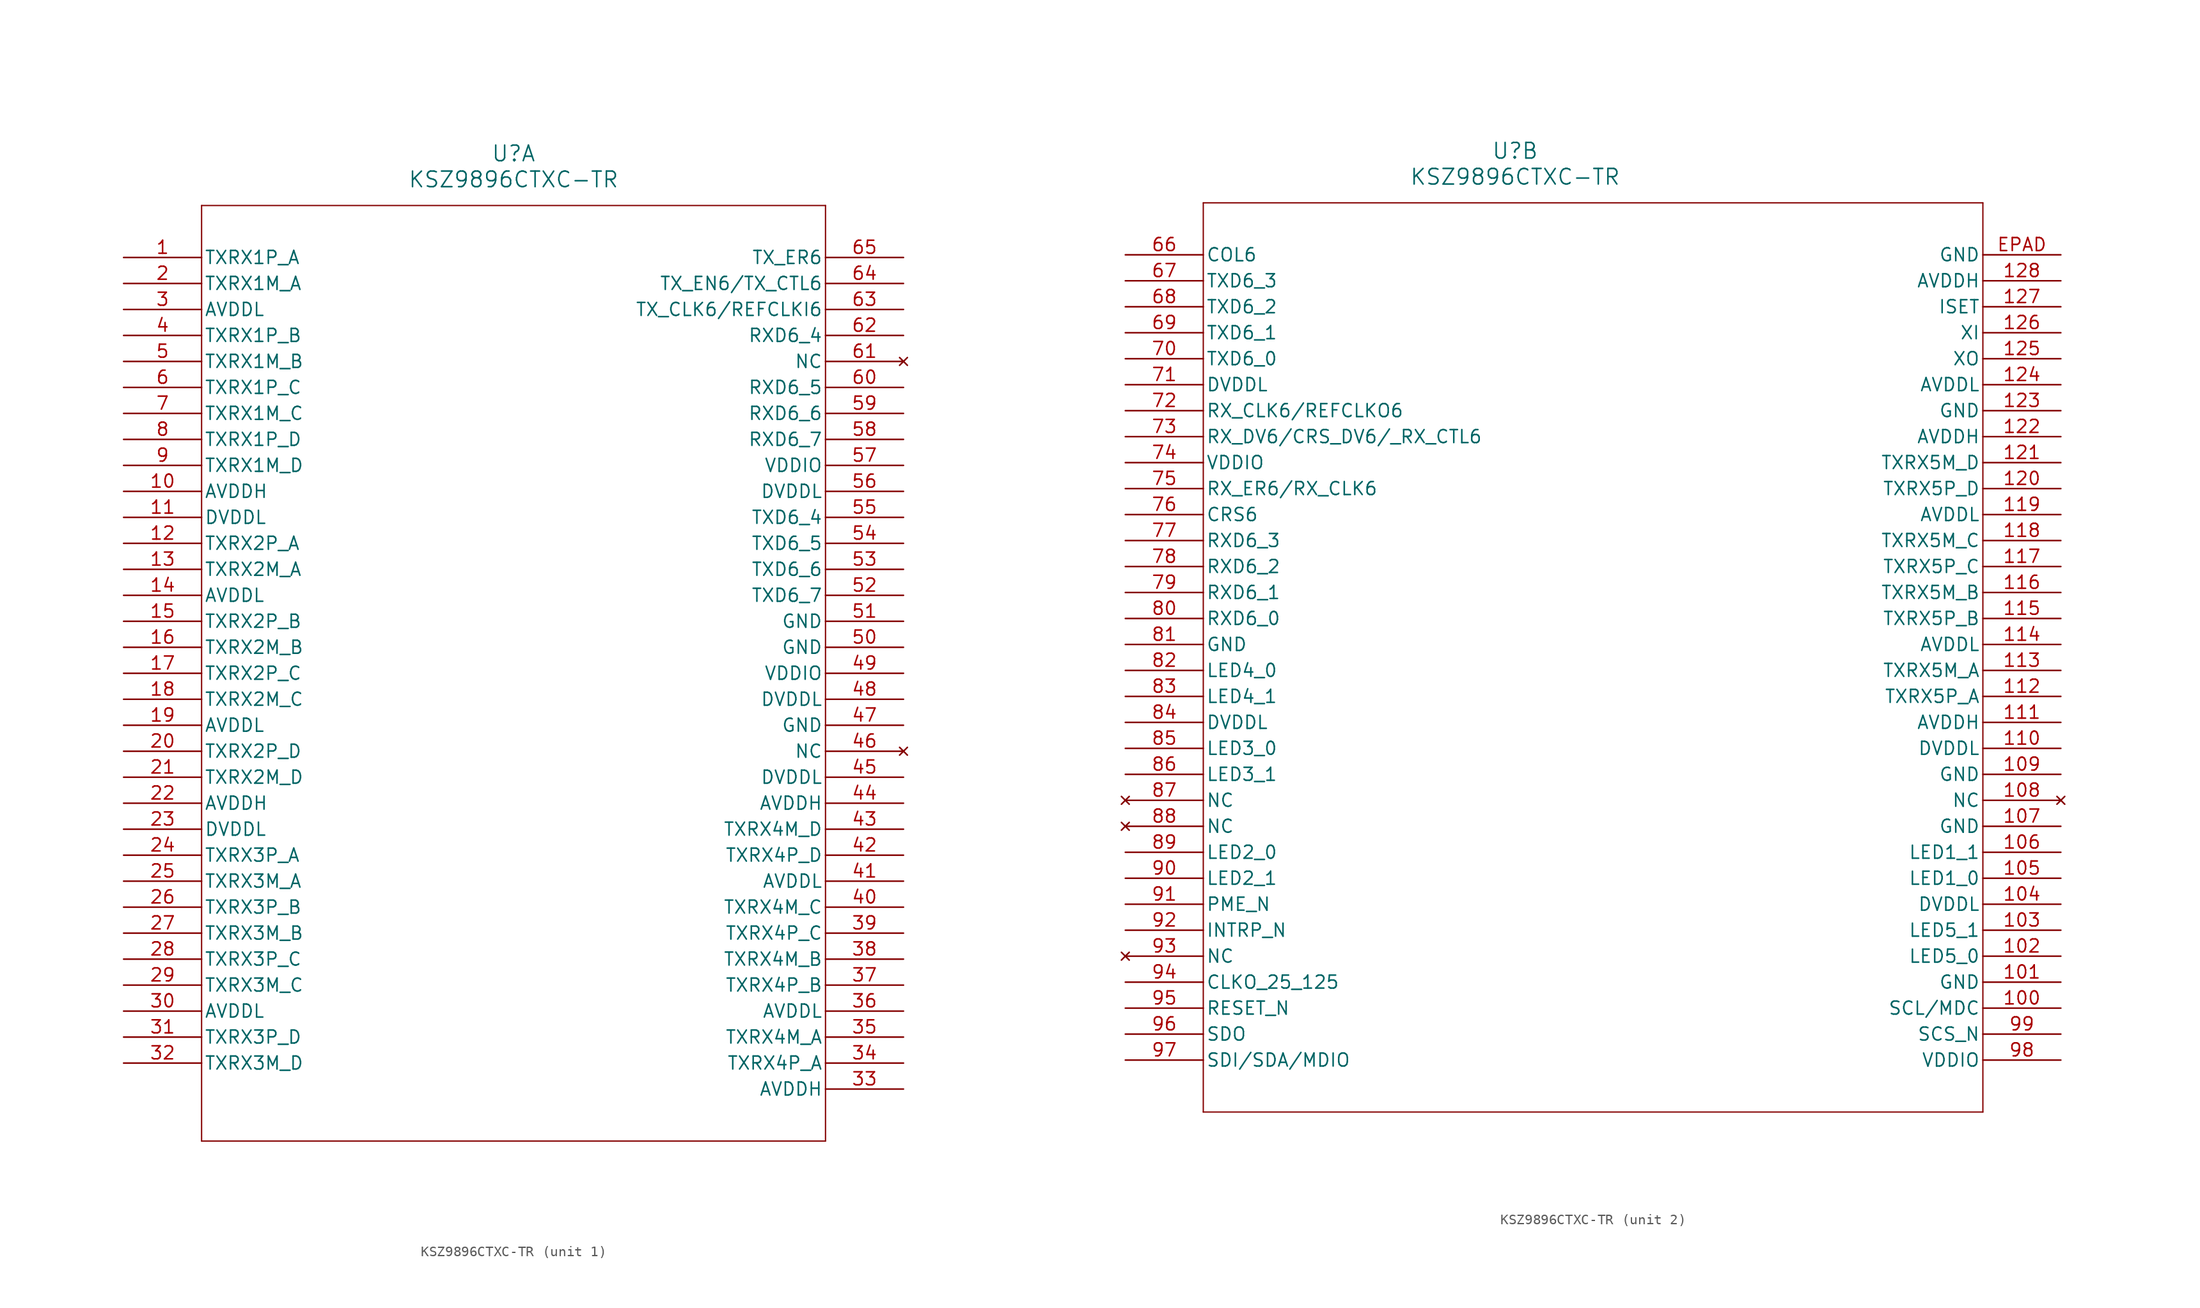
<source format=kicad_sym>
(kicad_symbol_lib
  (version 20241209)
  (generator "kicad_symbol_editor")
  (generator_version "9.0")
  (symbol "KSZ9896CTXC-TR"
    (pin_names
      (offset 0.254))
    (property "Reference" "U"
      (at 38.1 10.16 0)
      (effects (font (size 1.524 1.524))))
    (property "Value" "KSZ9896CTXC-TR"
      (at 38.1 7.62 0)
      (effects (font (size 1.524 1.524))))
    (property "ki_locked" ""
      (at 0 0 0)
      (effects (font (size 1.27 1.27))))
    (symbol "KSZ9896CTXC-TR_1_1"
      (polyline (pts (xy 7.62 5.08) (xy 7.62 -86.36)) (stroke (width 0.127) (type default)) (fill (type none)))
      (polyline (pts (xy 7.62 -86.36) (xy 68.58 -86.36)) (stroke (width 0.127) (type default)) (fill (type none)))
      (polyline (pts (xy 68.58 5.08) (xy 7.62 5.08)) (stroke (width 0.127) (type default)) (fill (type none)))
      (polyline (pts (xy 68.58 -86.36) (xy 68.58 5.08)) (stroke (width 0.127) (type default)) (fill (type none)))
      (pin unspecified line (at 0 0 0) (length 7.62) (name "TXRX1P_A" (effects (font (size 1.27 1.27)))) (number "1" (effects (font (size 1.27 1.27)))))
      (pin unspecified line (at 0 -2.54 0) (length 7.62) (name "TXRX1M_A" (effects (font (size 1.27 1.27)))) (number "2" (effects (font (size 1.27 1.27)))))
      (pin power_in line (at 0 -5.08 0) (length 7.62) (name "AVDDL" (effects (font (size 1.27 1.27)))) (number "3" (effects (font (size 1.27 1.27)))))
      (pin unspecified line (at 0 -7.62 0) (length 7.62) (name "TXRX1P_B" (effects (font (size 1.27 1.27)))) (number "4" (effects (font (size 1.27 1.27)))))
      (pin unspecified line (at 0 -10.16 0) (length 7.62) (name "TXRX1M_B" (effects (font (size 1.27 1.27)))) (number "5" (effects (font (size 1.27 1.27)))))
      (pin unspecified line (at 0 -12.7 0) (length 7.62) (name "TXRX1P_C" (effects (font (size 1.27 1.27)))) (number "6" (effects (font (size 1.27 1.27)))))
      (pin unspecified line (at 0 -15.24 0) (length 7.62) (name "TXRX1M_C" (effects (font (size 1.27 1.27)))) (number "7" (effects (font (size 1.27 1.27)))))
      (pin unspecified line (at 0 -17.78 0) (length 7.62) (name "TXRX1P_D" (effects (font (size 1.27 1.27)))) (number "8" (effects (font (size 1.27 1.27)))))
      (pin unspecified line (at 0 -20.32 0) (length 7.62) (name "TXRX1M_D" (effects (font (size 1.27 1.27)))) (number "9" (effects (font (size 1.27 1.27)))))
      (pin power_in line (at 0 -22.86 0) (length 7.62) (name "AVDDH" (effects (font (size 1.27 1.27)))) (number "10" (effects (font (size 1.27 1.27)))))
      (pin power_in line (at 0 -25.4 0) (length 7.62) (name "DVDDL" (effects (font (size 1.27 1.27)))) (number "11" (effects (font (size 1.27 1.27)))))
      (pin unspecified line (at 0 -27.94 0) (length 7.62) (name "TXRX2P_A" (effects (font (size 1.27 1.27)))) (number "12" (effects (font (size 1.27 1.27)))))
      (pin unspecified line (at 0 -30.48 0) (length 7.62) (name "TXRX2M_A" (effects (font (size 1.27 1.27)))) (number "13" (effects (font (size 1.27 1.27)))))
      (pin power_in line (at 0 -33.02 0) (length 7.62) (name "AVDDL" (effects (font (size 1.27 1.27)))) (number "14" (effects (font (size 1.27 1.27)))))
      (pin unspecified line (at 0 -35.56 0) (length 7.62) (name "TXRX2P_B" (effects (font (size 1.27 1.27)))) (number "15" (effects (font (size 1.27 1.27)))))
      (pin unspecified line (at 0 -38.1 0) (length 7.62) (name "TXRX2M_B" (effects (font (size 1.27 1.27)))) (number "16" (effects (font (size 1.27 1.27)))))
      (pin unspecified line (at 0 -40.64 0) (length 7.62) (name "TXRX2P_C" (effects (font (size 1.27 1.27)))) (number "17" (effects (font (size 1.27 1.27)))))
      (pin unspecified line (at 0 -43.18 0) (length 7.62) (name "TXRX2M_C" (effects (font (size 1.27 1.27)))) (number "18" (effects (font (size 1.27 1.27)))))
      (pin power_in line (at 0 -45.72 0) (length 7.62) (name "AVDDL" (effects (font (size 1.27 1.27)))) (number "19" (effects (font (size 1.27 1.27)))))
      (pin unspecified line (at 0 -48.26 0) (length 7.62) (name "TXRX2P_D" (effects (font (size 1.27 1.27)))) (number "20" (effects (font (size 1.27 1.27)))))
      (pin unspecified line (at 0 -50.8 0) (length 7.62) (name "TXRX2M_D" (effects (font (size 1.27 1.27)))) (number "21" (effects (font (size 1.27 1.27)))))
      (pin power_in line (at 0 -53.34 0) (length 7.62) (name "AVDDH" (effects (font (size 1.27 1.27)))) (number "22" (effects (font (size 1.27 1.27)))))
      (pin power_in line (at 0 -55.88 0) (length 7.62) (name "DVDDL" (effects (font (size 1.27 1.27)))) (number "23" (effects (font (size 1.27 1.27)))))
      (pin unspecified line (at 0 -58.42 0) (length 7.62) (name "TXRX3P_A" (effects (font (size 1.27 1.27)))) (number "24" (effects (font (size 1.27 1.27)))))
      (pin unspecified line (at 0 -60.96 0) (length 7.62) (name "TXRX3M_A" (effects (font (size 1.27 1.27)))) (number "25" (effects (font (size 1.27 1.27)))))
      (pin unspecified line (at 0 -63.5 0) (length 7.62) (name "TXRX3P_B" (effects (font (size 1.27 1.27)))) (number "26" (effects (font (size 1.27 1.27)))))
      (pin unspecified line (at 0 -66.04 0) (length 7.62) (name "TXRX3M_B" (effects (font (size 1.27 1.27)))) (number "27" (effects (font (size 1.27 1.27)))))
      (pin unspecified line (at 0 -68.58 0) (length 7.62) (name "TXRX3P_C" (effects (font (size 1.27 1.27)))) (number "28" (effects (font (size 1.27 1.27)))))
      (pin unspecified line (at 0 -71.12 0) (length 7.62) (name "TXRX3M_C" (effects (font (size 1.27 1.27)))) (number "29" (effects (font (size 1.27 1.27)))))
      (pin power_in line (at 0 -73.66 0) (length 7.62) (name "AVDDL" (effects (font (size 1.27 1.27)))) (number "30" (effects (font (size 1.27 1.27)))))
      (pin unspecified line (at 0 -76.2 0) (length 7.62) (name "TXRX3P_D" (effects (font (size 1.27 1.27)))) (number "31" (effects (font (size 1.27 1.27)))))
      (pin unspecified line (at 0 -78.74 0) (length 7.62) (name "TXRX3M_D" (effects (font (size 1.27 1.27)))) (number "32" (effects (font (size 1.27 1.27)))))
      (pin input line (at 76.2 0 180) (length 7.62) (name "TX_ER6" (effects (font (size 1.27 1.27)))) (number "65" (effects (font (size 1.27 1.27)))))
      (pin input line (at 76.2 -2.54 180) (length 7.62) (name "TX_EN6/TX_CTL6" (effects (font (size 1.27 1.27)))) (number "64" (effects (font (size 1.27 1.27)))))
      (pin bidirectional line (at 76.2 -5.08 180) (length 7.62) (name "TX_CLK6/REFCLKI6" (effects (font (size 1.27 1.27)))) (number "63" (effects (font (size 1.27 1.27)))))
      (pin bidirectional line (at 76.2 -7.62 180) (length 7.62) (name "RXD6_4" (effects (font (size 1.27 1.27)))) (number "62" (effects (font (size 1.27 1.27)))))
      (pin no_connect line (at 76.2 -10.16 180) (length 7.62) (name "NC" (effects (font (size 1.27 1.27)))) (number "61" (effects (font (size 1.27 1.27)))))
      (pin bidirectional line (at 76.2 -12.7 180) (length 7.62) (name "RXD6_5" (effects (font (size 1.27 1.27)))) (number "60" (effects (font (size 1.27 1.27)))))
      (pin bidirectional line (at 76.2 -15.24 180) (length 7.62) (name "RXD6_6" (effects (font (size 1.27 1.27)))) (number "59" (effects (font (size 1.27 1.27)))))
      (pin bidirectional line (at 76.2 -17.78 180) (length 7.62) (name "RXD6_7" (effects (font (size 1.27 1.27)))) (number "58" (effects (font (size 1.27 1.27)))))
      (pin power_in line (at 76.2 -20.32 180) (length 7.62) (name "VDDIO" (effects (font (size 1.27 1.27)))) (number "57" (effects (font (size 1.27 1.27)))))
      (pin power_in line (at 76.2 -22.86 180) (length 7.62) (name "DVDDL" (effects (font (size 1.27 1.27)))) (number "56" (effects (font (size 1.27 1.27)))))
      (pin input line (at 76.2 -25.4 180) (length 7.62) (name "TXD6_4" (effects (font (size 1.27 1.27)))) (number "55" (effects (font (size 1.27 1.27)))))
      (pin input line (at 76.2 -27.94 180) (length 7.62) (name "TXD6_5" (effects (font (size 1.27 1.27)))) (number "54" (effects (font (size 1.27 1.27)))))
      (pin input line (at 76.2 -30.48 180) (length 7.62) (name "TXD6_6" (effects (font (size 1.27 1.27)))) (number "53" (effects (font (size 1.27 1.27)))))
      (pin input line (at 76.2 -33.02 180) (length 7.62) (name "TXD6_7" (effects (font (size 1.27 1.27)))) (number "52" (effects (font (size 1.27 1.27)))))
      (pin power_out line (at 76.2 -35.56 180) (length 7.62) (name "GND" (effects (font (size 1.27 1.27)))) (number "51" (effects (font (size 1.27 1.27)))))
      (pin power_out line (at 76.2 -38.1 180) (length 7.62) (name "GND" (effects (font (size 1.27 1.27)))) (number "50" (effects (font (size 1.27 1.27)))))
      (pin power_in line (at 76.2 -40.64 180) (length 7.62) (name "VDDIO" (effects (font (size 1.27 1.27)))) (number "49" (effects (font (size 1.27 1.27)))))
      (pin power_in line (at 76.2 -43.18 180) (length 7.62) (name "DVDDL" (effects (font (size 1.27 1.27)))) (number "48" (effects (font (size 1.27 1.27)))))
      (pin power_out line (at 76.2 -45.72 180) (length 7.62) (name "GND" (effects (font (size 1.27 1.27)))) (number "47" (effects (font (size 1.27 1.27)))))
      (pin no_connect line (at 76.2 -48.26 180) (length 7.62) (name "NC" (effects (font (size 1.27 1.27)))) (number "46" (effects (font (size 1.27 1.27)))))
      (pin power_in line (at 76.2 -50.8 180) (length 7.62) (name "DVDDL" (effects (font (size 1.27 1.27)))) (number "45" (effects (font (size 1.27 1.27)))))
      (pin power_in line (at 76.2 -53.34 180) (length 7.62) (name "AVDDH" (effects (font (size 1.27 1.27)))) (number "44" (effects (font (size 1.27 1.27)))))
      (pin unspecified line (at 76.2 -55.88 180) (length 7.62) (name "TXRX4M_D" (effects (font (size 1.27 1.27)))) (number "43" (effects (font (size 1.27 1.27)))))
      (pin unspecified line (at 76.2 -58.42 180) (length 7.62) (name "TXRX4P_D" (effects (font (size 1.27 1.27)))) (number "42" (effects (font (size 1.27 1.27)))))
      (pin power_in line (at 76.2 -60.96 180) (length 7.62) (name "AVDDL" (effects (font (size 1.27 1.27)))) (number "41" (effects (font (size 1.27 1.27)))))
      (pin unspecified line (at 76.2 -63.5 180) (length 7.62) (name "TXRX4M_C" (effects (font (size 1.27 1.27)))) (number "40" (effects (font (size 1.27 1.27)))))
      (pin unspecified line (at 76.2 -66.04 180) (length 7.62) (name "TXRX4P_C" (effects (font (size 1.27 1.27)))) (number "39" (effects (font (size 1.27 1.27)))))
      (pin unspecified line (at 76.2 -68.58 180) (length 7.62) (name "TXRX4M_B" (effects (font (size 1.27 1.27)))) (number "38" (effects (font (size 1.27 1.27)))))
      (pin unspecified line (at 76.2 -71.12 180) (length 7.62) (name "TXRX4P_B" (effects (font (size 1.27 1.27)))) (number "37" (effects (font (size 1.27 1.27)))))
      (pin power_in line (at 76.2 -73.66 180) (length 7.62) (name "AVDDL" (effects (font (size 1.27 1.27)))) (number "36" (effects (font (size 1.27 1.27)))))
      (pin unspecified line (at 76.2 -76.2 180) (length 7.62) (name "TXRX4M_A" (effects (font (size 1.27 1.27)))) (number "35" (effects (font (size 1.27 1.27)))))
      (pin unspecified line (at 76.2 -78.74 180) (length 7.62) (name "TXRX4P_A" (effects (font (size 1.27 1.27)))) (number "34" (effects (font (size 1.27 1.27)))))
      (pin power_in line (at 76.2 -81.28 180) (length 7.62) (name "AVDDH" (effects (font (size 1.27 1.27)))) (number "33" (effects (font (size 1.27 1.27))))))
    (symbol "KSZ9896CTXC-TR_2_1"
      (polyline (pts (xy 7.62 5.08) (xy 7.62 -83.82)) (stroke (width 0.127) (type default)) (fill (type none)))
      (polyline (pts (xy 7.62 -83.82) (xy 83.82 -83.82)) (stroke (width 0.127) (type default)) (fill (type none)))
      (polyline (pts (xy 83.82 5.08) (xy 7.62 5.08)) (stroke (width 0.127) (type default)) (fill (type none)))
      (polyline (pts (xy 83.82 -83.82) (xy 83.82 5.08)) (stroke (width 0.127) (type default)) (fill (type none)))
      (pin bidirectional line (at 0 0 0) (length 7.62) (name "COL6" (effects (font (size 1.27 1.27)))) (number "66" (effects (font (size 1.27 1.27)))))
      (pin input line (at 0 -2.54 0) (length 7.62) (name "TXD6_3" (effects (font (size 1.27 1.27)))) (number "67" (effects (font (size 1.27 1.27)))))
      (pin input line (at 0 -5.08 0) (length 7.62) (name "TXD6_2" (effects (font (size 1.27 1.27)))) (number "68" (effects (font (size 1.27 1.27)))))
      (pin input line (at 0 -7.62 0) (length 7.62) (name "TXD6_1" (effects (font (size 1.27 1.27)))) (number "69" (effects (font (size 1.27 1.27)))))
      (pin input line (at 0 -10.16 0) (length 7.62) (name "TXD6_0" (effects (font (size 1.27 1.27)))) (number "70" (effects (font (size 1.27 1.27)))))
      (pin power_in line (at 0 -12.7 0) (length 7.62) (name "DVDDL" (effects (font (size 1.27 1.27)))) (number "71" (effects (font (size 1.27 1.27)))))
      (pin bidirectional line (at 0 -15.24 0) (length 7.62) (name "RX_CLK6/REFCLKO6" (effects (font (size 1.27 1.27)))) (number "72" (effects (font (size 1.27 1.27)))))
      (pin bidirectional line (at 0 -17.78 0) (length 7.62) (name "RX_DV6/CRS_DV6/_RX_CTL6" (effects (font (size 1.27 1.27)))) (number "73" (effects (font (size 1.27 1.27)))))
      (pin power_in line (at 0 -20.32 0) (length 7.62) (name "VDDIO" (effects (font (size 1.27 1.27)))) (number "74" (effects (font (size 1.27 1.27)))))
      (pin bidirectional line (at 0 -22.86 0) (length 7.62) (name "RX_ER6/RX_CLK6" (effects (font (size 1.27 1.27)))) (number "75" (effects (font (size 1.27 1.27)))))
      (pin bidirectional line (at 0 -25.4 0) (length 7.62) (name "CRS6" (effects (font (size 1.27 1.27)))) (number "76" (effects (font (size 1.27 1.27)))))
      (pin bidirectional line (at 0 -27.94 0) (length 7.62) (name "RXD6_3" (effects (font (size 1.27 1.27)))) (number "77" (effects (font (size 1.27 1.27)))))
      (pin bidirectional line (at 0 -30.48 0) (length 7.62) (name "RXD6_2" (effects (font (size 1.27 1.27)))) (number "78" (effects (font (size 1.27 1.27)))))
      (pin bidirectional line (at 0 -33.02 0) (length 7.62) (name "RXD6_1" (effects (font (size 1.27 1.27)))) (number "79" (effects (font (size 1.27 1.27)))))
      (pin bidirectional line (at 0 -35.56 0) (length 7.62) (name "RXD6_0" (effects (font (size 1.27 1.27)))) (number "80" (effects (font (size 1.27 1.27)))))
      (pin power_out line (at 0 -38.1 0) (length 7.62) (name "GND" (effects (font (size 1.27 1.27)))) (number "81" (effects (font (size 1.27 1.27)))))
      (pin bidirectional line (at 0 -40.64 0) (length 7.62) (name "LED4_0" (effects (font (size 1.27 1.27)))) (number "82" (effects (font (size 1.27 1.27)))))
      (pin bidirectional line (at 0 -43.18 0) (length 7.62) (name "LED4_1" (effects (font (size 1.27 1.27)))) (number "83" (effects (font (size 1.27 1.27)))))
      (pin power_in line (at 0 -45.72 0) (length 7.62) (name "DVDDL" (effects (font (size 1.27 1.27)))) (number "84" (effects (font (size 1.27 1.27)))))
      (pin bidirectional line (at 0 -48.26 0) (length 7.62) (name "LED3_0" (effects (font (size 1.27 1.27)))) (number "85" (effects (font (size 1.27 1.27)))))
      (pin bidirectional line (at 0 -50.8 0) (length 7.62) (name "LED3_1" (effects (font (size 1.27 1.27)))) (number "86" (effects (font (size 1.27 1.27)))))
      (pin no_connect line (at 0 -53.34 0) (length 7.62) (name "NC" (effects (font (size 1.27 1.27)))) (number "87" (effects (font (size 1.27 1.27)))))
      (pin no_connect line (at 0 -55.88 0) (length 7.62) (name "NC" (effects (font (size 1.27 1.27)))) (number "88" (effects (font (size 1.27 1.27)))))
      (pin bidirectional line (at 0 -58.42 0) (length 7.62) (name "LED2_0" (effects (font (size 1.27 1.27)))) (number "89" (effects (font (size 1.27 1.27)))))
      (pin bidirectional line (at 0 -60.96 0) (length 7.62) (name "LED2_1" (effects (font (size 1.27 1.27)))) (number "90" (effects (font (size 1.27 1.27)))))
      (pin output line (at 0 -63.5 0) (length 7.62) (name "PME_N" (effects (font (size 1.27 1.27)))) (number "91" (effects (font (size 1.27 1.27)))))
      (pin output line (at 0 -66.04 0) (length 7.62) (name "INTRP_N" (effects (font (size 1.27 1.27)))) (number "92" (effects (font (size 1.27 1.27)))))
      (pin no_connect line (at 0 -68.58 0) (length 7.62) (name "NC" (effects (font (size 1.27 1.27)))) (number "93" (effects (font (size 1.27 1.27)))))
      (pin bidirectional line (at 0 -71.12 0) (length 7.62) (name "CLKO_25_125" (effects (font (size 1.27 1.27)))) (number "94" (effects (font (size 1.27 1.27)))))
      (pin input line (at 0 -73.66 0) (length 7.62) (name "RESET_N" (effects (font (size 1.27 1.27)))) (number "95" (effects (font (size 1.27 1.27)))))
      (pin output line (at 0 -76.2 0) (length 7.62) (name "SDO" (effects (font (size 1.27 1.27)))) (number "96" (effects (font (size 1.27 1.27)))))
      (pin bidirectional line (at 0 -78.74 0) (length 7.62) (name "SDI/SDA/MDIO" (effects (font (size 1.27 1.27)))) (number "97" (effects (font (size 1.27 1.27)))))
      (pin power_out line (at 91.44 0 180) (length 7.62) (name "GND" (effects (font (size 1.27 1.27)))) (number "EPAD" (effects (font (size 1.27 1.27)))))
      (pin power_in line (at 91.44 -2.54 180) (length 7.62) (name "AVDDH" (effects (font (size 1.27 1.27)))) (number "128" (effects (font (size 1.27 1.27)))))
      (pin unspecified line (at 91.44 -5.08 180) (length 7.62) (name "ISET" (effects (font (size 1.27 1.27)))) (number "127" (effects (font (size 1.27 1.27)))))
      (pin input line (at 91.44 -7.62 180) (length 7.62) (name "XI" (effects (font (size 1.27 1.27)))) (number "126" (effects (font (size 1.27 1.27)))))
      (pin output line (at 91.44 -10.16 180) (length 7.62) (name "XO" (effects (font (size 1.27 1.27)))) (number "125" (effects (font (size 1.27 1.27)))))
      (pin power_in line (at 91.44 -12.7 180) (length 7.62) (name "AVDDL" (effects (font (size 1.27 1.27)))) (number "124" (effects (font (size 1.27 1.27)))))
      (pin power_out line (at 91.44 -15.24 180) (length 7.62) (name "GND" (effects (font (size 1.27 1.27)))) (number "123" (effects (font (size 1.27 1.27)))))
      (pin power_in line (at 91.44 -17.78 180) (length 7.62) (name "AVDDH" (effects (font (size 1.27 1.27)))) (number "122" (effects (font (size 1.27 1.27)))))
      (pin unspecified line (at 91.44 -20.32 180) (length 7.62) (name "TXRX5M_D" (effects (font (size 1.27 1.27)))) (number "121" (effects (font (size 1.27 1.27)))))
      (pin unspecified line (at 91.44 -22.86 180) (length 7.62) (name "TXRX5P_D" (effects (font (size 1.27 1.27)))) (number "120" (effects (font (size 1.27 1.27)))))
      (pin power_in line (at 91.44 -25.4 180) (length 7.62) (name "AVDDL" (effects (font (size 1.27 1.27)))) (number "119" (effects (font (size 1.27 1.27)))))
      (pin unspecified line (at 91.44 -27.94 180) (length 7.62) (name "TXRX5M_C" (effects (font (size 1.27 1.27)))) (number "118" (effects (font (size 1.27 1.27)))))
      (pin unspecified line (at 91.44 -30.48 180) (length 7.62) (name "TXRX5P_C" (effects (font (size 1.27 1.27)))) (number "117" (effects (font (size 1.27 1.27)))))
      (pin unspecified line (at 91.44 -33.02 180) (length 7.62) (name "TXRX5M_B" (effects (font (size 1.27 1.27)))) (number "116" (effects (font (size 1.27 1.27)))))
      (pin unspecified line (at 91.44 -35.56 180) (length 7.62) (name "TXRX5P_B" (effects (font (size 1.27 1.27)))) (number "115" (effects (font (size 1.27 1.27)))))
      (pin power_in line (at 91.44 -38.1 180) (length 7.62) (name "AVDDL" (effects (font (size 1.27 1.27)))) (number "114" (effects (font (size 1.27 1.27)))))
      (pin unspecified line (at 91.44 -40.64 180) (length 7.62) (name "TXRX5M_A" (effects (font (size 1.27 1.27)))) (number "113" (effects (font (size 1.27 1.27)))))
      (pin unspecified line (at 91.44 -43.18 180) (length 7.62) (name "TXRX5P_A" (effects (font (size 1.27 1.27)))) (number "112" (effects (font (size 1.27 1.27)))))
      (pin power_in line (at 91.44 -45.72 180) (length 7.62) (name "AVDDH" (effects (font (size 1.27 1.27)))) (number "111" (effects (font (size 1.27 1.27)))))
      (pin power_in line (at 91.44 -48.26 180) (length 7.62) (name "DVDDL" (effects (font (size 1.27 1.27)))) (number "110" (effects (font (size 1.27 1.27)))))
      (pin power_out line (at 91.44 -50.8 180) (length 7.62) (name "GND" (effects (font (size 1.27 1.27)))) (number "109" (effects (font (size 1.27 1.27)))))
      (pin no_connect line (at 91.44 -53.34 180) (length 7.62) (name "NC" (effects (font (size 1.27 1.27)))) (number "108" (effects (font (size 1.27 1.27)))))
      (pin power_out line (at 91.44 -55.88 180) (length 7.62) (name "GND" (effects (font (size 1.27 1.27)))) (number "107" (effects (font (size 1.27 1.27)))))
      (pin bidirectional line (at 91.44 -58.42 180) (length 7.62) (name "LED1_1" (effects (font (size 1.27 1.27)))) (number "106" (effects (font (size 1.27 1.27)))))
      (pin bidirectional line (at 91.44 -60.96 180) (length 7.62) (name "LED1_0" (effects (font (size 1.27 1.27)))) (number "105" (effects (font (size 1.27 1.27)))))
      (pin power_in line (at 91.44 -63.5 180) (length 7.62) (name "DVDDL" (effects (font (size 1.27 1.27)))) (number "104" (effects (font (size 1.27 1.27)))))
      (pin bidirectional line (at 91.44 -66.04 180) (length 7.62) (name "LED5_1" (effects (font (size 1.27 1.27)))) (number "103" (effects (font (size 1.27 1.27)))))
      (pin bidirectional line (at 91.44 -68.58 180) (length 7.62) (name "LED5_0" (effects (font (size 1.27 1.27)))) (number "102" (effects (font (size 1.27 1.27)))))
      (pin power_out line (at 91.44 -71.12 180) (length 7.62) (name "GND" (effects (font (size 1.27 1.27)))) (number "101" (effects (font (size 1.27 1.27)))))
      (pin input line (at 91.44 -73.66 180) (length 7.62) (name "SCL/MDC" (effects (font (size 1.27 1.27)))) (number "100" (effects (font (size 1.27 1.27)))))
      (pin input line (at 91.44 -76.2 180) (length 7.62) (name "SCS_N" (effects (font (size 1.27 1.27)))) (number "99" (effects (font (size 1.27 1.27)))))
      (pin power_in line (at 91.44 -78.74 180) (length 7.62) (name "VDDIO" (effects (font (size 1.27 1.27)))) (number "98" (effects (font (size 1.27 1.27))))))))
</source>
